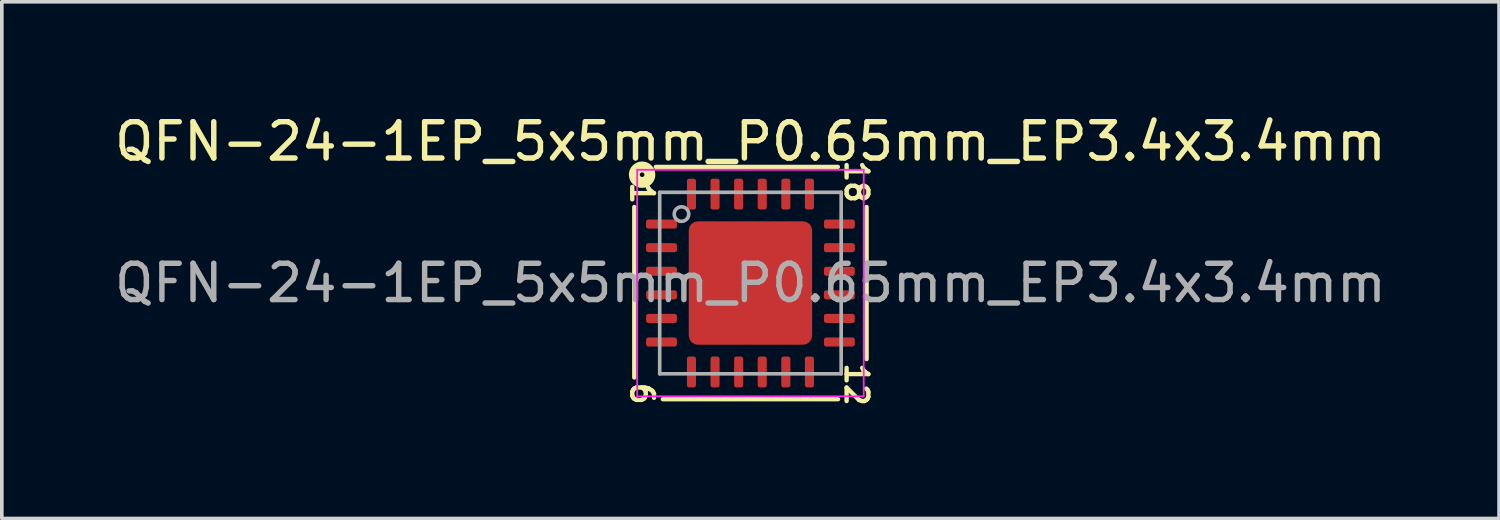
<source format=kicad_pcb>
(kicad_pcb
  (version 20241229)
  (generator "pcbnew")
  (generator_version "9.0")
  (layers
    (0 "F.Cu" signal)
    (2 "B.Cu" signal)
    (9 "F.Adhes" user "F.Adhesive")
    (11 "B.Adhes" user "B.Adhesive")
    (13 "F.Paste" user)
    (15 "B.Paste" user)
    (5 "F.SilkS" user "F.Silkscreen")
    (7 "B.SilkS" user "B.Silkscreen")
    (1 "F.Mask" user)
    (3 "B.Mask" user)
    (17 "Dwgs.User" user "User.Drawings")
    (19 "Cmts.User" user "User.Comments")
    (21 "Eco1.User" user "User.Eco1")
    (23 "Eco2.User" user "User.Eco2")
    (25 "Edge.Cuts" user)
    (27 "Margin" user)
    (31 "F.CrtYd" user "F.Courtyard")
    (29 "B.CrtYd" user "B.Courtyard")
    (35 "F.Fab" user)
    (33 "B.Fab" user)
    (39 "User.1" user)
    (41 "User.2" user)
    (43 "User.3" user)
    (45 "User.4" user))
  (footprint "QFN-24-1EP_5x5mm_P0.65mm_EP3.4x3.4mm"
    (layer "F.Cu")
    (at 17.625 4.748)
    (property "Reference" "QFN-24-1EP_5x5mm_P0.65mm_EP3.4x3.4mm" (at 0 -3.9 0) (layer "F.SilkS") (effects (font (size 1 1) (thickness 0.15))))
    (attr smd)
    (fp_line (start -3.2 -2.095) (end -3.2 2.603) (stroke (width 0.12) (type solid)) (layer "F.SilkS"))
    (fp_line (start -2.413 3.2) (end 2.413 3.2) (stroke (width 0.12) (type solid)) (layer "F.SilkS"))
    (fp_line (start 2.408 -3.2) (end -2.608 -3.2) (stroke (width 0.12) (type solid)) (layer "F.SilkS"))
    (fp_line (start 3.2 2.095) (end 3.2 -2.095) (stroke (width 0.12) (type solid)) (layer "F.SilkS"))
    (fp_circle (center -2.985 -2.985) (end -2.921 -2.985) (stroke (width 0.3) (type solid)) (fill no) (layer "F.SilkS"))
    (fp_line (start -3.12 -3.12) (end -3.12 3.12) (stroke (width 0.05) (type solid)) (layer "F.CrtYd"))
    (fp_line (start -3.12 3.12) (end 3.12 3.12) (stroke (width 0.05) (type solid)) (layer "F.CrtYd"))
    (fp_line (start 3.12 -3.12) (end -3.12 -3.12) (stroke (width 0.05) (type solid)) (layer "F.CrtYd"))
    (fp_line (start 3.12 3.12) (end 3.12 -3.12) (stroke (width 0.05) (type solid)) (layer "F.CrtYd"))
    (fp_line (start -2.5 -2.5) (end 2.5 -2.5) (stroke (width 0.1) (type solid)) (layer "F.Fab"))
    (fp_line (start -2.5 2.5) (end -2.5 -2.5) (stroke (width 0.1) (type solid)) (layer "F.Fab"))
    (fp_line (start 2.5 -2.5) (end 2.5 2.5) (stroke (width 0.1) (type solid)) (layer "F.Fab"))
    (fp_line (start 2.5 2.5) (end -2.5 2.5) (stroke (width 0.1) (type solid)) (layer "F.Fab"))
    (fp_circle (center -1.9 -1.9) (end -1.7 -1.9) (stroke (width 0.1) (type solid)) (fill no) (layer "F.Fab"))
    (fp_text user "18" (at 2.921 -2.794 270) (unlocked yes) (layer "F.SilkS") (effects (font (size 0.6 0.6) (thickness 0.12))))
    (fp_text user "12" (at 2.921 2.794 270) (unlocked yes) (layer "F.SilkS") (effects (font (size 0.6 0.6) (thickness 0.12))))
    (fp_text user "1" (at -2.985 -2.477 270) (unlocked yes) (layer "F.SilkS") (effects (font (size 0.6 0.6) (thickness 0.12))))
    (fp_text user "6" (at -2.985 3.048 270) (unlocked yes) (layer "F.SilkS") (effects (font (size 0.6 0.6) (thickness 0.12))))
    (fp_text user "${REFERENCE}" (at 0 0 0) (layer "F.Fab") (effects (font (size 1 1) (thickness 0.15))))
    (pad "" smd roundrect (at -0.85 -0.85) (size 1.37 1.37) (layers "F.Paste") (roundrect_rratio 0.182))
    (pad "" smd roundrect (at -0.85 0.85) (size 1.37 1.37) (layers "F.Paste") (roundrect_rratio 0.182))
    (pad "" smd roundrect (at 0.85 -0.85) (size 1.37 1.37) (layers "F.Paste") (roundrect_rratio 0.182))
    (pad "" smd roundrect (at 0.85 0.85) (size 1.37 1.37) (layers "F.Paste") (roundrect_rratio 0.182))
    (pad "1" smd roundrect (at -2.45 -1.625) (size 0.85 0.25) (layers "F.Cu" "F.Mask" "F.Paste") (roundrect_rratio 0.25))
    (pad "2" smd roundrect (at -2.45 -0.975) (size 0.85 0.25) (layers "F.Cu" "F.Mask" "F.Paste") (roundrect_rratio 0.25))
    (pad "3" smd roundrect (at -2.45 -0.325) (size 0.85 0.25) (layers "F.Cu" "F.Mask" "F.Paste") (roundrect_rratio 0.25))
    (pad "4" smd roundrect (at -2.45 0.325) (size 0.85 0.25) (layers "F.Cu" "F.Mask" "F.Paste") (roundrect_rratio 0.25))
    (pad "5" smd roundrect (at -2.45 0.975) (size 0.85 0.25) (layers "F.Cu" "F.Mask" "F.Paste") (roundrect_rratio 0.25))
    (pad "6" smd roundrect (at -2.45 1.625) (size 0.85 0.25) (layers "F.Cu" "F.Mask" "F.Paste") (roundrect_rratio 0.25))
    (pad "7" smd roundrect (at -1.625 2.45) (size 0.25 0.85) (layers "F.Cu" "F.Mask" "F.Paste") (roundrect_rratio 0.25))
    (pad "8" smd roundrect (at -0.975 2.45) (size 0.25 0.85) (layers "F.Cu" "F.Mask" "F.Paste") (roundrect_rratio 0.25))
    (pad "9" smd roundrect (at -0.325 2.45) (size 0.25 0.85) (layers "F.Cu" "F.Mask" "F.Paste") (roundrect_rratio 0.25))
    (pad "10" smd roundrect (at 0.325 2.45) (size 0.25 0.85) (layers "F.Cu" "F.Mask" "F.Paste") (roundrect_rratio 0.25))
    (pad "11" smd roundrect (at 0.975 2.45) (size 0.25 0.85) (layers "F.Cu" "F.Mask" "F.Paste") (roundrect_rratio 0.25))
    (pad "12" smd roundrect (at 1.625 2.45) (size 0.25 0.85) (layers "F.Cu" "F.Mask" "F.Paste") (roundrect_rratio 0.25))
    (pad "13" smd roundrect (at 2.45 1.625) (size 0.85 0.25) (layers "F.Cu" "F.Mask" "F.Paste") (roundrect_rratio 0.25))
    (pad "14" smd roundrect (at 2.45 0.975) (size 0.85 0.25) (layers "F.Cu" "F.Mask" "F.Paste") (roundrect_rratio 0.25))
    (pad "15" smd roundrect (at 2.45 0.325) (size 0.85 0.25) (layers "F.Cu" "F.Mask" "F.Paste") (roundrect_rratio 0.25))
    (pad "16" smd roundrect (at 2.45 -0.325) (size 0.85 0.25) (layers "F.Cu" "F.Mask" "F.Paste") (roundrect_rratio 0.25))
    (pad "17" smd roundrect (at 2.45 -0.975) (size 0.85 0.25) (layers "F.Cu" "F.Mask" "F.Paste") (roundrect_rratio 0.25))
    (pad "18" smd roundrect (at 2.45 -1.625) (size 0.85 0.25) (layers "F.Cu" "F.Mask" "F.Paste") (roundrect_rratio 0.25))
    (pad "19" smd roundrect (at 1.625 -2.45) (size 0.25 0.85) (layers "F.Cu" "F.Mask" "F.Paste") (roundrect_rratio 0.25))
    (pad "20" smd roundrect (at 0.975 -2.45) (size 0.25 0.85) (layers "F.Cu" "F.Mask" "F.Paste") (roundrect_rratio 0.25))
    (pad "21" smd roundrect (at 0.325 -2.45) (size 0.25 0.85) (layers "F.Cu" "F.Mask" "F.Paste") (roundrect_rratio 0.25))
    (pad "22" smd roundrect (at -0.325 -2.45) (size 0.25 0.85) (layers "F.Cu" "F.Mask" "F.Paste") (roundrect_rratio 0.25))
    (pad "23" smd roundrect (at -0.975 -2.45) (size 0.25 0.85) (layers "F.Cu" "F.Mask" "F.Paste") (roundrect_rratio 0.25))
    (pad "24" smd roundrect (at -1.625 -2.45) (size 0.25 0.85) (layers "F.Cu" "F.Mask" "F.Paste") (roundrect_rratio 0.25))
    (pad "25" smd roundrect (at 0 0) (size 3.4 3.4) (layers "F.Cu" "F.Mask") (roundrect_rratio 0.074)))
  (gr_rect
    (start -3 -3)
    (end 38.25 11.234)
    (stroke (width 0.1) (type default))
    (fill no)
    (layer "Edge.Cuts")))
</source>
